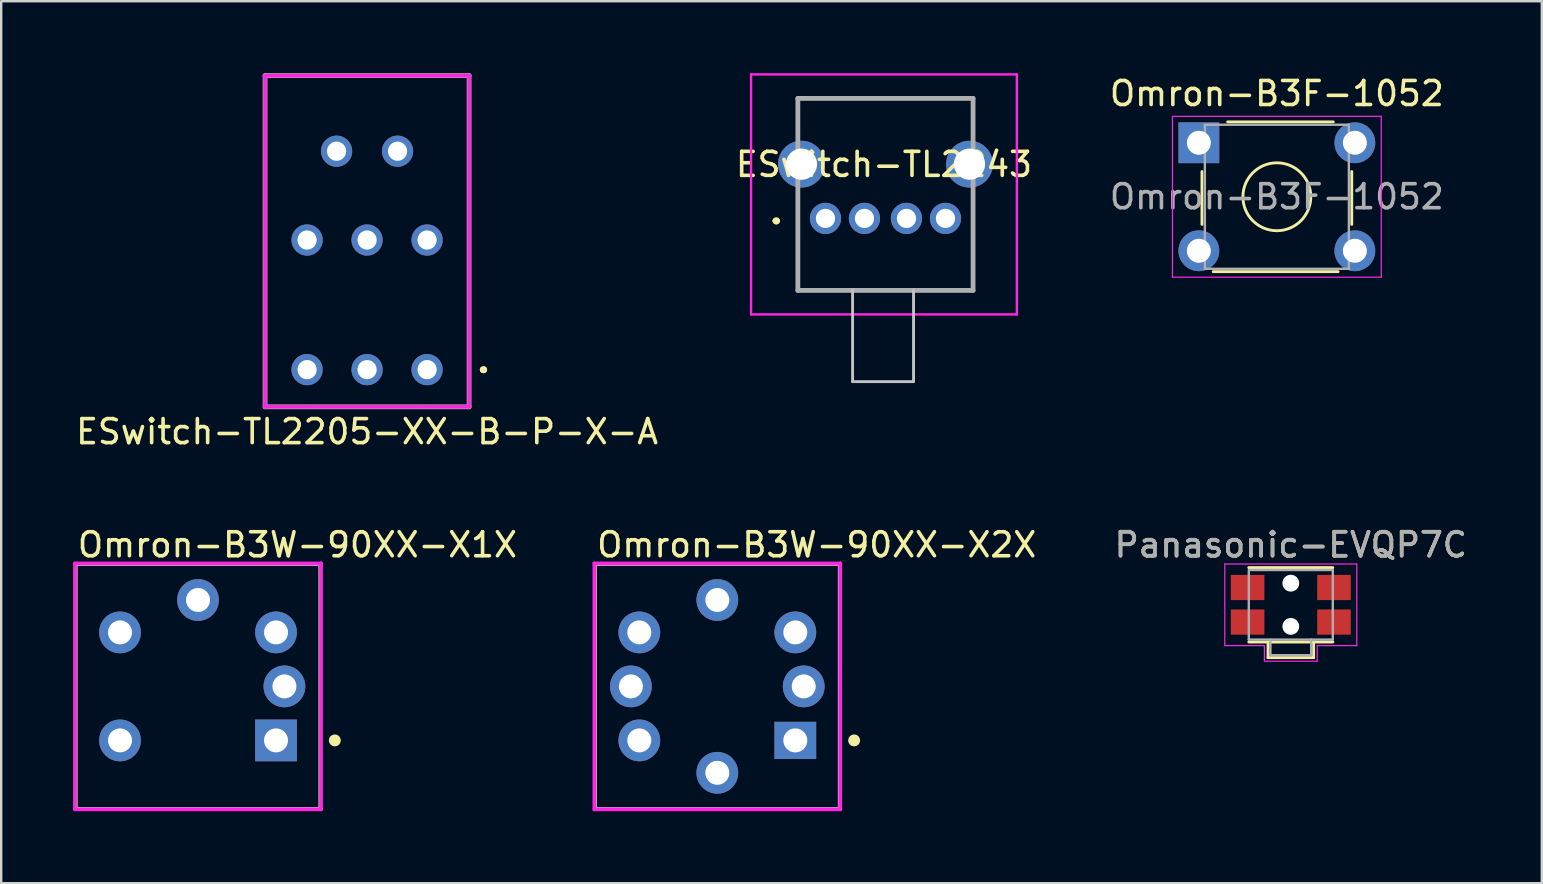
<source format=kicad_pcb>
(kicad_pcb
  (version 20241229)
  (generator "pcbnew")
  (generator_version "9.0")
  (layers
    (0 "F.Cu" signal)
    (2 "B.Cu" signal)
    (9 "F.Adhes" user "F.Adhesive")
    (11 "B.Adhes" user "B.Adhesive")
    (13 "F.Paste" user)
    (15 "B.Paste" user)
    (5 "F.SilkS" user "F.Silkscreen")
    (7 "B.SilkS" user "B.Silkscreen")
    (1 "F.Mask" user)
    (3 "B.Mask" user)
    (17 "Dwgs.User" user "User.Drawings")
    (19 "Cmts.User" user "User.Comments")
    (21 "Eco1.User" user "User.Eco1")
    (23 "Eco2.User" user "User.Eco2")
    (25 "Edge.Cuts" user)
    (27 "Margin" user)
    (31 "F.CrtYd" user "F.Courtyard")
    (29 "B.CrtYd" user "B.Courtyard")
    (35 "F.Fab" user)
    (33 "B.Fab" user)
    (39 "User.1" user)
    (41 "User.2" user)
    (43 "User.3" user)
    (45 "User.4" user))
  (footprint "Omron-B3W-90XX-X2X"
    (layer "F.Cu")
    (at 26.836 25.548)
    (property "Reference" "Omron-B3W-90XX-X2X" (at -5.1 -5.9 0) (layer "F.SilkS") (effects (font (size 1 1) (thickness 0.15)) (justify left)))
    (attr through_hole)
    (fp_line (start -5.1 -5.1) (end 5.1 -5.1) (stroke (width 0.15) (type solid)) (layer "F.SilkS"))
    (fp_line (start -5.1 5.1) (end -5.1 -5.1) (stroke (width 0.15) (type solid)) (layer "F.SilkS"))
    (fp_line (start -5.1 5.1) (end 5.1 5.1) (stroke (width 0.15) (type solid)) (layer "F.SilkS"))
    (fp_line (start 5.1 5.1) (end 5.1 -5.1) (stroke (width 0.15) (type solid)) (layer "F.SilkS"))
    (fp_circle (center 5.7 2.25) (end 5.825 2.25) (stroke (width 0.25) (type solid)) (fill no) (layer "F.SilkS"))
    (fp_line (start -5.125 -5.125) (end -5.125 5.125) (stroke (width 0.15) (type solid)) (layer "F.CrtYd"))
    (fp_line (start -5.125 5.125) (end 5.125 5.125) (stroke (width 0.15) (type solid)) (layer "F.CrtYd"))
    (fp_line (start 5.125 -5.125) (end -5.125 -5.125) (stroke (width 0.15) (type solid)) (layer "F.CrtYd"))
    (fp_line (start 5.125 -5.125) (end 5.125 -5.125) (stroke (width 0.15) (type solid)) (layer "F.CrtYd"))
    (fp_line (start 5.125 5.125) (end 5.125 -5.125) (stroke (width 0.15) (type solid)) (layer "F.CrtYd"))
    (fp_line (start -5.1 -5.1) (end 5.1 -5.1) (stroke (width 0.15) (type solid)) (layer "F.Fab"))
    (fp_line (start -5.1 5.1) (end -5.1 -5.1) (stroke (width 0.15) (type solid)) (layer "F.Fab"))
    (fp_line (start 5.1 -5.1) (end 5.1 5.1) (stroke (width 0.15) (type solid)) (layer "F.Fab"))
    (fp_line (start 5.1 5.1) (end -5.1 5.1) (stroke (width 0.15) (type solid)) (layer "F.Fab"))
    (pad "1" thru_hole rect (at 3.25 2.25) (size 1.74 1.55) (drill 1) (layers "*.Cu" "*.Mask"))
    (pad "2" thru_hole circle (at -3.25 2.25) (size 1.74 1.74) (drill 1) (layers "*.Cu" "*.Mask"))
    (pad "3" thru_hole circle (at 3.25 -2.25) (size 1.74 1.74) (drill 1) (layers "*.Cu" "*.Mask"))
    (pad "4" thru_hole circle (at -3.25 -2.25) (size 1.74 1.74) (drill 1) (layers "*.Cu" "*.Mask"))
    (pad "A1" thru_hole circle (at 0 -3.6) (size 1.74 1.74) (drill 1) (layers "*.Cu" "B.Mask"))
    (pad "A2" thru_hole circle (at 0 3.6) (size 1.74 1.74) (drill 1) (layers "*.Cu" "*.Mask"))
    (pad "K1" thru_hole circle (at 3.6 0) (size 1.74 1.74) (drill 1) (layers "*.Cu" "*.Mask"))
    (pad "K2" thru_hole circle (at -3.6 0) (size 1.74 1.74) (drill 1) (layers "*.Cu" "*.Mask")))
  (footprint "Omron-B3F-1052"
    (layer "F.Cu")
    (at 46.899 2.898)
    (property "Reference" "Omron-B3F-1052" (at 3.25 -2.05 0) (layer "F.SilkS") (effects (font (size 1 1) (thickness 0.15))))
    (attr through_hole)
    (fp_line (start 0.13 3.4) (end 0.13 1.2) (stroke (width 0.12) (type solid)) (layer "F.SilkS"))
    (fp_line (start 0.6 5.37) (end 5.8 5.37) (stroke (width 0.12) (type solid)) (layer "F.SilkS"))
    (fp_line (start 1.2 -0.87) (end 5.6 -0.87) (stroke (width 0.12) (type solid)) (layer "F.SilkS"))
    (fp_line (start 6.37 1.2) (end 6.37 3.4) (stroke (width 0.12) (type solid)) (layer "F.SilkS"))
    (fp_circle (center 3.25 2.25) (end 4.25 3.25) (stroke (width 0.12) (type solid)) (fill no) (layer "F.SilkS"))
    (fp_line (start -1.1 -1.1) (end -1.1 5.6) (stroke (width 0.05) (type solid)) (layer "F.CrtYd"))
    (fp_line (start -1.1 -1.1) (end 7.6 -1.1) (stroke (width 0.05) (type solid)) (layer "F.CrtYd"))
    (fp_line (start -1.1 5.6) (end 7.6 5.6) (stroke (width 0.05) (type solid)) (layer "F.CrtYd"))
    (fp_line (start 7.6 5.6) (end 7.6 -1.1) (stroke (width 0.05) (type solid)) (layer "F.CrtYd"))
    (fp_line (start 0.25 -0.75) (end 0.25 5.25) (stroke (width 0.1) (type solid)) (layer "F.Fab"))
    (fp_line (start 0.25 -0.75) (end 6.25 -0.75) (stroke (width 0.1) (type solid)) (layer "F.Fab"))
    (fp_line (start 0.25 5.25) (end 6.25 5.25) (stroke (width 0.1) (type solid)) (layer "F.Fab"))
    (fp_line (start 6.25 -0.75) (end 6.25 5.25) (stroke (width 0.1) (type solid)) (layer "F.Fab"))
    (fp_text user "${REFERENCE}" (at 3.25 2.25 0) (layer "F.Fab") (effects (font (size 1 1) (thickness 0.15))))
    (pad "1" thru_hole rect (at 0 0) (size 1.7 1.7) (drill 1) (layers "*.Cu" "*.Mask"))
    (pad "1" thru_hole circle (at 6.5 0) (size 1.7 1.7) (drill 1) (layers "*.Cu" "*.Mask"))
    (pad "2" thru_hole circle (at 0 4.5) (size 1.7 1.7) (drill 1) (layers "*.Cu" "*.Mask"))
    (pad "2" thru_hole circle (at 6.5 4.5) (size 1.7 1.7) (drill 1) (layers "*.Cu" "*.Mask")))
  (footprint "ESwitch-TL2205-XX-B-P-X-A"
    (layer "F.Cu")
    (at 14.744 12.35)
    (property "Reference" "ESwitch-TL2205-XX-B-P-X-A" (at -2.5 2 0) (layer "F.SilkS") (effects (font (size 1 1) (thickness 0.15)) (justify top)))
    (attr through_hole)
    (fp_line (start -6.75 -12.25) (end 1.75 -12.25) (stroke (width 0.1) (type solid)) (layer "F.SilkS"))
    (fp_line (start -6.75 1.55) (end -6.75 -12.25) (stroke (width 0.1) (type solid)) (layer "F.SilkS"))
    (fp_line (start 1.75 -12.25) (end 1.75 1.55) (stroke (width 0.1) (type solid)) (layer "F.SilkS"))
    (fp_line (start 1.75 1.55) (end -6.75 1.55) (stroke (width 0.1) (type solid)) (layer "F.SilkS"))
    (fp_line (start 2.3 0) (end 2.3 0) (stroke (width 0.2) (type solid)) (layer "F.SilkS"))
    (fp_line (start 2.3 0) (end 2.3 0) (stroke (width 0.2) (type solid)) (layer "F.SilkS"))
    (fp_line (start 2.4 0) (end 2.4 0) (stroke (width 0.2) (type solid)) (layer "F.SilkS"))
    (fp_arc (start 2.3 0) (mid 2.35 -0.05) (end 2.4 0) (stroke (width 0.2) (type solid)) (layer "F.SilkS"))
    (fp_arc (start 2.4 0) (mid 2.35 0.05) (end 2.3 0) (stroke (width 0.2) (type solid)) (layer "F.SilkS"))
    (fp_arc (start 2.4 0) (mid 2.35 0.05) (end 2.3 0) (stroke (width 0.2) (type solid)) (layer "F.SilkS"))
    (fp_line (start -6.75 -12.25) (end -6.75 1.55) (stroke (width 0.15) (type solid)) (layer "F.CrtYd"))
    (fp_line (start -6.75 1.55) (end 1.75 1.55) (stroke (width 0.15) (type solid)) (layer "F.CrtYd"))
    (fp_line (start 1.75 -12.25) (end -6.75 -12.25) (stroke (width 0.15) (type solid)) (layer "F.CrtYd"))
    (fp_line (start 1.75 1.55) (end 1.75 -12.25) (stroke (width 0.15) (type solid)) (layer "F.CrtYd"))
    (fp_line (start -6.75 -12.25) (end -6.75 1.55) (stroke (width 0.2) (type solid)) (layer "F.Fab"))
    (fp_line (start -6.75 1.55) (end 1.75 1.55) (stroke (width 0.2) (type solid)) (layer "F.Fab"))
    (fp_line (start 1.75 -12.25) (end -6.75 -12.25) (stroke (width 0.2) (type solid)) (layer "F.Fab"))
    (fp_line (start 1.75 1.55) (end 1.75 -12.25) (stroke (width 0.2) (type solid)) (layer "F.Fab"))
    (pad "1" thru_hole circle (at 0 0) (size 1.3 1.3) (drill 0.8) (layers "*.Cu" "*.Mask"))
    (pad "2" thru_hole circle (at -2.5 0) (size 1.3 1.3) (drill 0.8) (layers "*.Cu" "*.Mask"))
    (pad "3" thru_hole circle (at -5 0) (size 1.3 1.3) (drill 0.8) (layers "*.Cu" "*.Mask"))
    (pad "4" thru_hole circle (at 0 -5.4) (size 1.3 1.3) (drill 0.8) (layers "*.Cu" "*.Mask"))
    (pad "5" thru_hole circle (at -2.5 -5.4) (size 1.3 1.3) (drill 0.8) (layers "*.Cu" "*.Mask"))
    (pad "6" thru_hole circle (at -5 -5.4) (size 1.3 1.3) (drill 0.8) (layers "*.Cu" "*.Mask"))
    (pad "L1" thru_hole circle (at -1.23 -9.1) (size 1.3 1.3) (drill 0.8) (layers "*.Cu" "*.Mask"))
    (pad "L2" thru_hole circle (at -3.77 -9.1) (size 1.3 1.3) (drill 0.8) (layers "*.Cu" "*.Mask")))
  (footprint "ESwitch-TL2243"
    (layer "F.Cu")
    (at 31.342 6.05)
    (property "Reference" "ESwitch-TL2243" (at 2.438 -2.25 0) (layer "F.SilkS") (effects (font (size 1 1) (thickness 0.15))))
    (attr through_hole)
    (fp_line (start -2.1 0.1) (end -2.1 0.1) (stroke (width 0.2) (type solid)) (layer "F.SilkS"))
    (fp_line (start -2.1 0.1) (end -2.1 0.1) (stroke (width 0.2) (type solid)) (layer "F.SilkS"))
    (fp_line (start -2 0.1) (end -2 0.1) (stroke (width 0.2) (type solid)) (layer "F.SilkS"))
    (fp_line (start -1.15 -5) (end -1.15 -5) (stroke (width 0.1) (type solid)) (layer "F.SilkS"))
    (fp_line (start -1.15 -5) (end -1.15 -5) (stroke (width 0.1) (type solid)) (layer "F.SilkS"))
    (fp_line (start -1.15 -5) (end -1.15 -3.75) (stroke (width 0.1) (type solid)) (layer "F.SilkS"))
    (fp_line (start -1.15 -5) (end 6.15 -5) (stroke (width 0.1) (type solid)) (layer "F.SilkS"))
    (fp_line (start -1.15 -3.75) (end -1.15 -5) (stroke (width 0.1) (type solid)) (layer "F.SilkS"))
    (fp_line (start -1.15 -3.75) (end -1.15 -3.75) (stroke (width 0.1) (type solid)) (layer "F.SilkS"))
    (fp_line (start -1.15 -0.75) (end -1.15 -0.75) (stroke (width 0.1) (type solid)) (layer "F.SilkS"))
    (fp_line (start -1.15 -0.75) (end -1.15 3) (stroke (width 0.1) (type solid)) (layer "F.SilkS"))
    (fp_line (start -1.15 3) (end -1.15 -0.75) (stroke (width 0.1) (type solid)) (layer "F.SilkS"))
    (fp_line (start -1.15 3) (end -1.15 3) (stroke (width 0.1) (type solid)) (layer "F.SilkS"))
    (fp_line (start -1.15 3) (end -1.15 3) (stroke (width 0.1) (type solid)) (layer "F.SilkS"))
    (fp_line (start -1.15 3) (end 6.15 3) (stroke (width 0.1) (type solid)) (layer "F.SilkS"))
    (fp_line (start 6.15 -5) (end -1.15 -5) (stroke (width 0.1) (type solid)) (layer "F.SilkS"))
    (fp_line (start 6.15 -5) (end 6.15 -5) (stroke (width 0.1) (type solid)) (layer "F.SilkS"))
    (fp_line (start 6.15 -5) (end 6.15 -5) (stroke (width 0.1) (type solid)) (layer "F.SilkS"))
    (fp_line (start 6.15 -5) (end 6.15 -3.75) (stroke (width 0.1) (type solid)) (layer "F.SilkS"))
    (fp_line (start 6.15 -3.75) (end 6.15 -5) (stroke (width 0.1) (type solid)) (layer "F.SilkS"))
    (fp_line (start 6.15 -3.75) (end 6.15 -3.75) (stroke (width 0.1) (type solid)) (layer "F.SilkS"))
    (fp_line (start 6.15 -0.75) (end 6.15 -0.75) (stroke (width 0.1) (type solid)) (layer "F.SilkS"))
    (fp_line (start 6.15 -0.75) (end 6.15 3) (stroke (width 0.1) (type solid)) (layer "F.SilkS"))
    (fp_line (start 6.15 3) (end -1.15 3) (stroke (width 0.1) (type solid)) (layer "F.SilkS"))
    (fp_line (start 6.15 3) (end 6.15 -0.75) (stroke (width 0.1) (type solid)) (layer "F.SilkS"))
    (fp_line (start 6.15 3) (end 6.15 3) (stroke (width 0.1) (type solid)) (layer "F.SilkS"))
    (fp_line (start 6.15 3) (end 6.15 3) (stroke (width 0.1) (type solid)) (layer "F.SilkS"))
    (fp_arc (start -2.1 0.1) (mid -2.05 0.05) (end -2 0.1) (stroke (width 0.2) (type solid)) (layer "F.SilkS"))
    (fp_arc (start -2 0.1) (mid -2.05 0.15) (end -2.1 0.1) (stroke (width 0.2) (type solid)) (layer "F.SilkS"))
    (fp_arc (start -2 0.1) (mid -2.05 0.15) (end -2.1 0.1) (stroke (width 0.2) (type solid)) (layer "F.SilkS"))
    (fp_line (start 1.13 3) (end 1.13 6.8) (stroke (width 0.12) (type default)) (layer "Dwgs.User"))
    (fp_line (start 1.13 6.8) (end 3.67 6.8) (stroke (width 0.12) (type default)) (layer "Dwgs.User"))
    (fp_line (start 3.67 3) (end 3.67 6.8) (stroke (width 0.12) (type default)) (layer "Dwgs.User"))
    (fp_line (start -3.1 -6) (end 7.975 -6) (stroke (width 0.1) (type solid)) (layer "F.CrtYd"))
    (fp_line (start -3.1 4) (end -3.1 -6) (stroke (width 0.1) (type solid)) (layer "F.CrtYd"))
    (fp_line (start 7.975 -6) (end 7.975 4) (stroke (width 0.1) (type solid)) (layer "F.CrtYd"))
    (fp_line (start 7.975 4) (end -3.1 4) (stroke (width 0.1) (type solid)) (layer "F.CrtYd"))
    (fp_line (start -1.15 -5) (end -1.15 3) (stroke (width 0.2) (type solid)) (layer "F.Fab"))
    (fp_line (start -1.15 3) (end 6.15 3) (stroke (width 0.2) (type solid)) (layer "F.Fab"))
    (fp_line (start 6.15 -5) (end -1.15 -5) (stroke (width 0.2) (type solid)) (layer "F.Fab"))
    (fp_line (start 6.15 3) (end 6.15 -5) (stroke (width 0.2) (type solid)) (layer "F.Fab"))
    (pad "" np_thru_hole circle (at -1 -2.26) (size 1.95 1.95) (drill 1.3) (layers "*.Cu" "*.Mask"))
    (pad "" np_thru_hole circle (at 6 -2.26) (size 1.95 1.95) (drill 1.3) (layers "*.Cu" "*.Mask"))
    (pad "1" thru_hole circle (at 1.625 0) (size 1.3 1.3) (drill 0.8) (layers "*.Cu" "*.Mask"))
    (pad "2" thru_hole circle (at 3.375 0) (size 1.3 1.3) (drill 0.8) (layers "*.Cu" "*.Mask"))
    (pad "3" thru_hole circle (at 0 0) (size 1.3 1.3) (drill 0.8) (layers "*.Cu" "*.Mask"))
    (pad "4" thru_hole circle (at 5 0) (size 1.3 1.3) (drill 0.8) (layers "*.Cu" "*.Mask")))
  (footprint "Omron-B3W-90XX-X1X"
    (layer "F.Cu")
    (at 5.2 25.548)
    (property "Reference" "Omron-B3W-90XX-X1X" (at -5.1 -5.9 0) (layer "F.SilkS") (effects (font (size 1 1) (thickness 0.15)) (justify left)))
    (attr through_hole)
    (fp_line (start -5.1 -5.1) (end 5.1 -5.1) (stroke (width 0.15) (type solid)) (layer "F.SilkS"))
    (fp_line (start -5.1 5.1) (end -5.1 -5.1) (stroke (width 0.15) (type solid)) (layer "F.SilkS"))
    (fp_line (start -5.1 5.1) (end 5.1 5.1) (stroke (width 0.15) (type solid)) (layer "F.SilkS"))
    (fp_line (start 5.1 5.1) (end 5.1 -5.1) (stroke (width 0.15) (type solid)) (layer "F.SilkS"))
    (fp_circle (center 5.7 2.25) (end 5.825 2.25) (stroke (width 0.25) (type solid)) (fill no) (layer "F.SilkS"))
    (fp_line (start -5.125 -5.125) (end -5.125 5.125) (stroke (width 0.15) (type solid)) (layer "F.CrtYd"))
    (fp_line (start -5.125 5.125) (end 5.125 5.125) (stroke (width 0.15) (type solid)) (layer "F.CrtYd"))
    (fp_line (start 5.125 -5.125) (end -5.125 -5.125) (stroke (width 0.15) (type solid)) (layer "F.CrtYd"))
    (fp_line (start 5.125 -5.125) (end 5.125 -5.125) (stroke (width 0.15) (type solid)) (layer "F.CrtYd"))
    (fp_line (start 5.125 5.125) (end 5.125 -5.125) (stroke (width 0.15) (type solid)) (layer "F.CrtYd"))
    (fp_line (start -5.1 -5.1) (end 5.1 -5.1) (stroke (width 0.15) (type solid)) (layer "F.Fab"))
    (fp_line (start -5.1 5.1) (end -5.1 -5.1) (stroke (width 0.15) (type solid)) (layer "F.Fab"))
    (fp_line (start 5.1 -5.1) (end 5.1 5.1) (stroke (width 0.15) (type solid)) (layer "F.Fab"))
    (fp_line (start 5.1 5.1) (end -5.1 5.1) (stroke (width 0.15) (type solid)) (layer "F.Fab"))
    (pad "1" thru_hole rect (at 3.25 2.25) (size 1.74 1.74) (drill 1) (layers "*.Cu" "*.Mask"))
    (pad "2" thru_hole circle (at -3.25 2.25) (size 1.74 1.74) (drill 1) (layers "*.Cu" "*.Mask"))
    (pad "3" thru_hole circle (at 3.25 -2.25) (size 1.74 1.74) (drill 1) (layers "*.Cu" "*.Mask"))
    (pad "4" thru_hole circle (at -3.25 -2.25) (size 1.74 1.74) (drill 1) (layers "*.Cu" "*.Mask"))
    (pad "A" thru_hole circle (at 0 -3.6) (size 1.74 1.74) (drill 1) (layers "*.Cu" "*.Mask"))
    (pad "K" thru_hole circle (at 3.6 0) (size 1.74 1.74) (drill 1) (layers "*.Cu" "*.Mask")))
  (footprint "Panasonic-EVQP7C"
    (layer "F.Cu")
    (at 50.73 22.148)
    (property "Reference" "Panasonic-EVQP7C" (at 0 -2.5 0) (layer "F.SilkS") (effects (font (size 1 1) (thickness 0.15))))
    (attr smd)
    (fp_line (start -1.75 -1.55) (end 1.75 -1.55) (stroke (width 0.12) (type solid)) (layer "F.SilkS"))
    (fp_line (start -0.95 2.2) (end -0.95 1.55) (stroke (width 0.12) (type solid)) (layer "F.SilkS"))
    (fp_line (start 0.95 1.55) (end 0.95 2.2) (stroke (width 0.12) (type solid)) (layer "F.SilkS"))
    (fp_line (start 0.95 2.2) (end -0.95 2.2) (stroke (width 0.12) (type solid)) (layer "F.SilkS"))
    (fp_line (start 1.75 1.55) (end -1.75 1.55) (stroke (width 0.12) (type solid)) (layer "F.SilkS"))
    (fp_line (start -2.75 -1.7) (end 2.75 -1.7) (stroke (width 0.05) (type solid)) (layer "F.CrtYd"))
    (fp_line (start -2.75 1.7) (end -2.75 -1.7) (stroke (width 0.05) (type solid)) (layer "F.CrtYd"))
    (fp_line (start -1.1 1.7) (end -2.75 1.7) (stroke (width 0.05) (type solid)) (layer "F.CrtYd"))
    (fp_line (start -1.1 2.35) (end -1.1 1.7) (stroke (width 0.05) (type solid)) (layer "F.CrtYd"))
    (fp_line (start 1.1 1.7) (end 1.1 2.35) (stroke (width 0.05) (type solid)) (layer "F.CrtYd"))
    (fp_line (start 1.1 2.35) (end -1.1 2.35) (stroke (width 0.05) (type solid)) (layer "F.CrtYd"))
    (fp_line (start 2.75 -1.7) (end 2.75 1.7) (stroke (width 0.05) (type solid)) (layer "F.CrtYd"))
    (fp_line (start 2.75 1.7) (end 1.1 1.7) (stroke (width 0.05) (type solid)) (layer "F.CrtYd"))
    (fp_line (start -1.75 -1.45) (end 1.75 -1.45) (stroke (width 0.1) (type solid)) (layer "F.Fab"))
    (fp_line (start -1.75 1.45) (end -1.75 -1.4) (stroke (width 0.1) (type solid)) (layer "F.Fab"))
    (fp_line (start -0.85 2.1) (end -0.85 1.45) (stroke (width 0.1) (type solid)) (layer "F.Fab"))
    (fp_line (start -0.85 2.1) (end 0.85 2.1) (stroke (width 0.1) (type solid)) (layer "F.Fab"))
    (fp_line (start 0.85 2.1) (end 0.85 1.45) (stroke (width 0.1) (type solid)) (layer "F.Fab"))
    (fp_line (start 1.75 -1.45) (end 1.75 1.45) (stroke (width 0.1) (type solid)) (layer "F.Fab"))
    (fp_line (start 1.75 1.45) (end -1.75 1.45) (stroke (width 0.1) (type solid)) (layer "F.Fab"))
    (fp_text user "${REFERENCE}" (at 0 -2.5 0) (layer "F.Fab") (effects (font (size 1 1) (thickness 0.15))))
    (pad "" np_thru_hole circle (at 0 -0.9) (size 0.7 0.7) (drill 0.7) (layers "*.Cu" "*.Mask"))
    (pad "" np_thru_hole circle (at 0 0.9) (size 0.7 0.7) (drill 0.7) (layers "*.Cu" "*.Mask"))
    (pad "1" smd rect (at -1.8 -0.72) (size 1.4 1.05) (layers "F.Cu" "F.Mask" "F.Paste"))
    (pad "1" smd rect (at 1.8 -0.72) (size 1.4 1.05) (layers "F.Cu" "F.Mask" "F.Paste"))
    (pad "2" smd rect (at -1.8 0.72) (size 1.4 1.05) (layers "F.Cu" "F.Mask" "F.Paste"))
    (pad "2" smd rect (at 1.8 0.72) (size 1.4 1.05) (layers "F.Cu" "F.Mask" "F.Paste")))
  (gr_rect
    (start -3 -3)
    (end 61.188 33.748)
    (stroke (width 0.1) (type default))
    (fill no)
    (layer "Edge.Cuts")))
</source>
